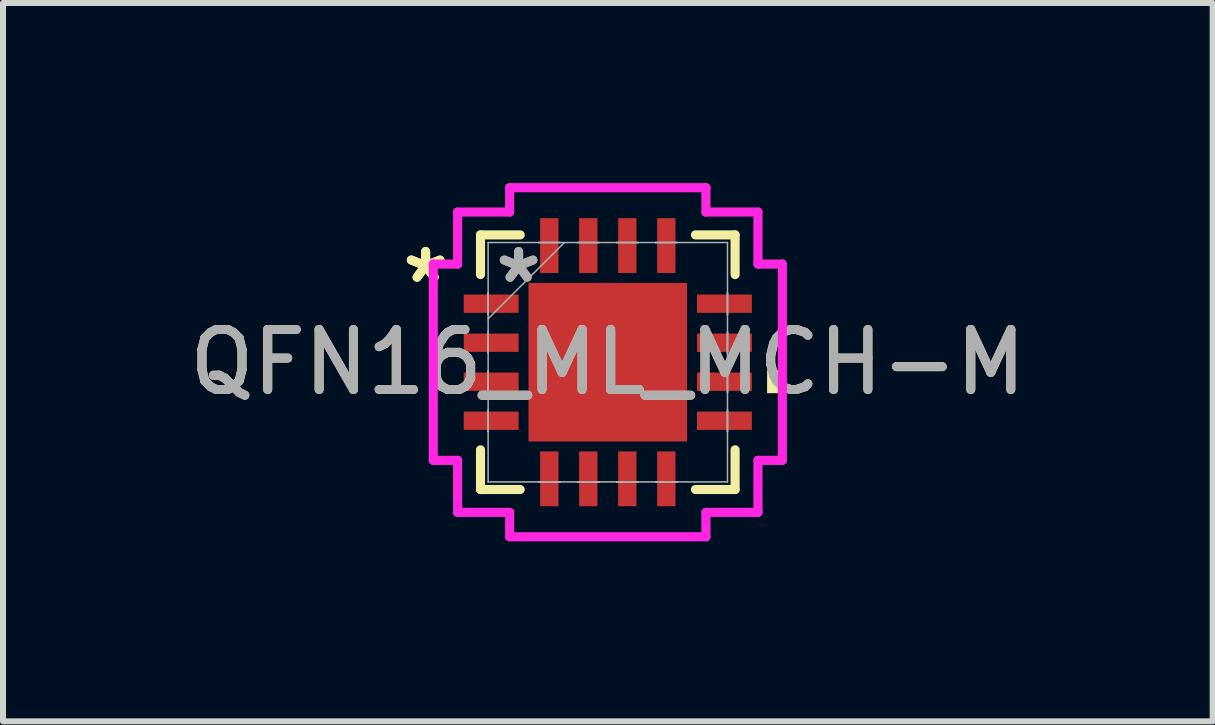
<source format=kicad_pcb>
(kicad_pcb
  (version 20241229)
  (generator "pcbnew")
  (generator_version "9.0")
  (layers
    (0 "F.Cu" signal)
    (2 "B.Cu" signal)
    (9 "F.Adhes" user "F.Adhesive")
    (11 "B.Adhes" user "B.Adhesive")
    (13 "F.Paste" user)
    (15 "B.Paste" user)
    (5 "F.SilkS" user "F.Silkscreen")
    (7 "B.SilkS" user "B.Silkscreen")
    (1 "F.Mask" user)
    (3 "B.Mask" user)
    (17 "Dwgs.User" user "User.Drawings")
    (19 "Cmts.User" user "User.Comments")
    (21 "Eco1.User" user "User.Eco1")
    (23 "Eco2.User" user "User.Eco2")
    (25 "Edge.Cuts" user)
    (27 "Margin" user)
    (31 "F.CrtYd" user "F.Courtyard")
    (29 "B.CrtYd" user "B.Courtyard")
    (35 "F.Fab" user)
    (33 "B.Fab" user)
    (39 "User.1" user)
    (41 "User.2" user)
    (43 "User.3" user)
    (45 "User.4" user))
  (footprint "QFN16_ML_MCH-M"
    (layer "F.Cu")
    (at 7.077 2.985)
    (property "Reference" "QFN16_ML_MCH-M" (at 0 0 0) (unlocked yes) (layer "F.SilkS") (effects (font (size 1 1) (thickness 0.15))))
    (attr smd)
    (fp_line (start -2.121 -2.121) (end -2.121 -1.46) (stroke (width 0.152) (type solid)) (layer "F.SilkS"))
    (fp_line (start -2.121 1.46) (end -2.121 2.121) (stroke (width 0.152) (type solid)) (layer "F.SilkS"))
    (fp_line (start -2.121 2.121) (end -1.46 2.121) (stroke (width 0.152) (type solid)) (layer "F.SilkS"))
    (fp_line (start -1.46 -2.121) (end -2.121 -2.121) (stroke (width 0.152) (type solid)) (layer "F.SilkS"))
    (fp_line (start 1.46 2.121) (end 2.121 2.121) (stroke (width 0.152) (type solid)) (layer "F.SilkS"))
    (fp_line (start 2.121 -2.121) (end 1.46 -2.121) (stroke (width 0.152) (type solid)) (layer "F.SilkS"))
    (fp_line (start 2.121 -1.46) (end 2.121 -2.121) (stroke (width 0.152) (type solid)) (layer "F.SilkS"))
    (fp_line (start 2.121 2.121) (end 2.121 1.46) (stroke (width 0.152) (type solid)) (layer "F.SilkS"))
    (fp_poly (pts (xy 2.908 0.135) (xy 2.908 0.516) (xy 2.654 0.516) (xy 2.654 0.135)) (stroke (width 0) (type solid)) (fill yes) (layer "F.SilkS"))
    (fp_poly (pts (xy -1.221 -1.221) (xy -1.221 -0.1) (xy -0.1 -0.1) (xy -0.1 -1.221)) (stroke (width 0) (type solid)) (fill yes) (layer "F.Paste"))
    (fp_poly (pts (xy -1.221 0.1) (xy -1.221 1.221) (xy -0.1 1.221) (xy -0.1 0.1)) (stroke (width 0) (type solid)) (fill yes) (layer "F.Paste"))
    (fp_poly (pts (xy 0.1 -1.221) (xy 0.1 -0.1) (xy 1.221 -0.1) (xy 1.221 -1.221)) (stroke (width 0) (type solid)) (fill yes) (layer "F.Paste"))
    (fp_poly (pts (xy 0.1 0.1) (xy 0.1 1.221) (xy 1.221 1.221) (xy 1.221 0.1)) (stroke (width 0) (type solid)) (fill yes) (layer "F.Paste"))
    (fp_line (start -2.908 -1.635) (end -2.502 -1.635) (stroke (width 0.152) (type solid)) (layer "F.CrtYd"))
    (fp_line (start -2.908 1.635) (end -2.908 -1.635) (stroke (width 0.152) (type solid)) (layer "F.CrtYd"))
    (fp_line (start -2.502 -2.502) (end -1.635 -2.502) (stroke (width 0.152) (type solid)) (layer "F.CrtYd"))
    (fp_line (start -2.502 -1.635) (end -2.502 -2.502) (stroke (width 0.152) (type solid)) (layer "F.CrtYd"))
    (fp_line (start -2.502 1.635) (end -2.908 1.635) (stroke (width 0.152) (type solid)) (layer "F.CrtYd"))
    (fp_line (start -2.502 2.502) (end -2.502 1.635) (stroke (width 0.152) (type solid)) (layer "F.CrtYd"))
    (fp_line (start -1.635 -2.908) (end 1.635 -2.908) (stroke (width 0.152) (type solid)) (layer "F.CrtYd"))
    (fp_line (start -1.635 -2.502) (end -1.635 -2.908) (stroke (width 0.152) (type solid)) (layer "F.CrtYd"))
    (fp_line (start -1.635 2.502) (end -2.502 2.502) (stroke (width 0.152) (type solid)) (layer "F.CrtYd"))
    (fp_line (start -1.635 2.908) (end -1.635 2.502) (stroke (width 0.152) (type solid)) (layer "F.CrtYd"))
    (fp_line (start 1.635 -2.908) (end 1.635 -2.502) (stroke (width 0.152) (type solid)) (layer "F.CrtYd"))
    (fp_line (start 1.635 -2.502) (end 2.502 -2.502) (stroke (width 0.152) (type solid)) (layer "F.CrtYd"))
    (fp_line (start 1.635 2.502) (end 1.635 2.908) (stroke (width 0.152) (type solid)) (layer "F.CrtYd"))
    (fp_line (start 1.635 2.908) (end -1.635 2.908) (stroke (width 0.152) (type solid)) (layer "F.CrtYd"))
    (fp_line (start 2.502 -2.502) (end 2.502 -1.635) (stroke (width 0.152) (type solid)) (layer "F.CrtYd"))
    (fp_line (start 2.502 -1.635) (end 2.908 -1.635) (stroke (width 0.152) (type solid)) (layer "F.CrtYd"))
    (fp_line (start 2.502 1.635) (end 2.502 2.502) (stroke (width 0.152) (type solid)) (layer "F.CrtYd"))
    (fp_line (start 2.502 2.502) (end 1.635 2.502) (stroke (width 0.152) (type solid)) (layer "F.CrtYd"))
    (fp_line (start 2.908 -1.635) (end 2.908 1.635) (stroke (width 0.152) (type solid)) (layer "F.CrtYd"))
    (fp_line (start 2.908 1.635) (end 2.502 1.635) (stroke (width 0.152) (type solid)) (layer "F.CrtYd"))
    (fp_line (start -1.994 -1.994) (end -1.994 -1.994) (stroke (width 0.025) (type solid)) (layer "F.Fab"))
    (fp_line (start -1.994 -1.994) (end -1.994 1.994) (stroke (width 0.025) (type solid)) (layer "F.Fab"))
    (fp_line (start -1.994 -1.153) (end -1.994 -1.153) (stroke (width 0.025) (type solid)) (layer "F.Fab"))
    (fp_line (start -1.994 -1.153) (end -1.994 -0.797) (stroke (width 0.025) (type solid)) (layer "F.Fab"))
    (fp_line (start -1.994 -0.797) (end -1.994 -1.153) (stroke (width 0.025) (type solid)) (layer "F.Fab"))
    (fp_line (start -1.994 -0.797) (end -1.994 -0.797) (stroke (width 0.025) (type solid)) (layer "F.Fab"))
    (fp_line (start -1.994 -0.724) (end -0.724 -1.994) (stroke (width 0.025) (type solid)) (layer "F.Fab"))
    (fp_line (start -1.994 -0.503) (end -1.994 -0.503) (stroke (width 0.025) (type solid)) (layer "F.Fab"))
    (fp_line (start -1.994 -0.503) (end -1.994 -0.147) (stroke (width 0.025) (type solid)) (layer "F.Fab"))
    (fp_line (start -1.994 -0.147) (end -1.994 -0.503) (stroke (width 0.025) (type solid)) (layer "F.Fab"))
    (fp_line (start -1.994 -0.147) (end -1.994 -0.147) (stroke (width 0.025) (type solid)) (layer "F.Fab"))
    (fp_line (start -1.994 0.147) (end -1.994 0.147) (stroke (width 0.025) (type solid)) (layer "F.Fab"))
    (fp_line (start -1.994 0.147) (end -1.994 0.503) (stroke (width 0.025) (type solid)) (layer "F.Fab"))
    (fp_line (start -1.994 0.503) (end -1.994 0.147) (stroke (width 0.025) (type solid)) (layer "F.Fab"))
    (fp_line (start -1.994 0.503) (end -1.994 0.503) (stroke (width 0.025) (type solid)) (layer "F.Fab"))
    (fp_line (start -1.994 0.797) (end -1.994 0.797) (stroke (width 0.025) (type solid)) (layer "F.Fab"))
    (fp_line (start -1.994 0.797) (end -1.994 1.153) (stroke (width 0.025) (type solid)) (layer "F.Fab"))
    (fp_line (start -1.994 1.153) (end -1.994 0.797) (stroke (width 0.025) (type solid)) (layer "F.Fab"))
    (fp_line (start -1.994 1.153) (end -1.994 1.153) (stroke (width 0.025) (type solid)) (layer "F.Fab"))
    (fp_line (start -1.994 1.994) (end -1.994 1.994) (stroke (width 0.025) (type solid)) (layer "F.Fab"))
    (fp_line (start -1.994 1.994) (end 1.994 1.994) (stroke (width 0.025) (type solid)) (layer "F.Fab"))
    (fp_line (start -1.153 -1.994) (end -1.153 -1.994) (stroke (width 0.025) (type solid)) (layer "F.Fab"))
    (fp_line (start -1.153 -1.994) (end -0.797 -1.994) (stroke (width 0.025) (type solid)) (layer "F.Fab"))
    (fp_line (start -1.153 1.994) (end -1.153 1.994) (stroke (width 0.025) (type solid)) (layer "F.Fab"))
    (fp_line (start -1.153 1.994) (end -0.797 1.994) (stroke (width 0.025) (type solid)) (layer "F.Fab"))
    (fp_line (start -0.797 -1.994) (end -1.153 -1.994) (stroke (width 0.025) (type solid)) (layer "F.Fab"))
    (fp_line (start -0.797 -1.994) (end -0.797 -1.994) (stroke (width 0.025) (type solid)) (layer "F.Fab"))
    (fp_line (start -0.797 1.994) (end -1.153 1.994) (stroke (width 0.025) (type solid)) (layer "F.Fab"))
    (fp_line (start -0.797 1.994) (end -0.797 1.994) (stroke (width 0.025) (type solid)) (layer "F.Fab"))
    (fp_line (start -0.503 -1.994) (end -0.503 -1.994) (stroke (width 0.025) (type solid)) (layer "F.Fab"))
    (fp_line (start -0.503 -1.994) (end -0.147 -1.994) (stroke (width 0.025) (type solid)) (layer "F.Fab"))
    (fp_line (start -0.503 1.994) (end -0.503 1.994) (stroke (width 0.025) (type solid)) (layer "F.Fab"))
    (fp_line (start -0.503 1.994) (end -0.147 1.994) (stroke (width 0.025) (type solid)) (layer "F.Fab"))
    (fp_line (start -0.147 -1.994) (end -0.503 -1.994) (stroke (width 0.025) (type solid)) (layer "F.Fab"))
    (fp_line (start -0.147 -1.994) (end -0.147 -1.994) (stroke (width 0.025) (type solid)) (layer "F.Fab"))
    (fp_line (start -0.147 1.994) (end -0.503 1.994) (stroke (width 0.025) (type solid)) (layer "F.Fab"))
    (fp_line (start -0.147 1.994) (end -0.147 1.994) (stroke (width 0.025) (type solid)) (layer "F.Fab"))
    (fp_line (start 0.147 -1.994) (end 0.147 -1.994) (stroke (width 0.025) (type solid)) (layer "F.Fab"))
    (fp_line (start 0.147 -1.994) (end 0.503 -1.994) (stroke (width 0.025) (type solid)) (layer "F.Fab"))
    (fp_line (start 0.147 1.994) (end 0.147 1.994) (stroke (width 0.025) (type solid)) (layer "F.Fab"))
    (fp_line (start 0.147 1.994) (end 0.503 1.994) (stroke (width 0.025) (type solid)) (layer "F.Fab"))
    (fp_line (start 0.503 -1.994) (end 0.147 -1.994) (stroke (width 0.025) (type solid)) (layer "F.Fab"))
    (fp_line (start 0.503 -1.994) (end 0.503 -1.994) (stroke (width 0.025) (type solid)) (layer "F.Fab"))
    (fp_line (start 0.503 1.994) (end 0.147 1.994) (stroke (width 0.025) (type solid)) (layer "F.Fab"))
    (fp_line (start 0.503 1.994) (end 0.503 1.994) (stroke (width 0.025) (type solid)) (layer "F.Fab"))
    (fp_line (start 0.797 -1.994) (end 0.797 -1.994) (stroke (width 0.025) (type solid)) (layer "F.Fab"))
    (fp_line (start 0.797 -1.994) (end 1.153 -1.994) (stroke (width 0.025) (type solid)) (layer "F.Fab"))
    (fp_line (start 0.797 1.994) (end 0.797 1.994) (stroke (width 0.025) (type solid)) (layer "F.Fab"))
    (fp_line (start 0.797 1.994) (end 1.153 1.994) (stroke (width 0.025) (type solid)) (layer "F.Fab"))
    (fp_line (start 1.153 -1.994) (end 0.797 -1.994) (stroke (width 0.025) (type solid)) (layer "F.Fab"))
    (fp_line (start 1.153 -1.994) (end 1.153 -1.994) (stroke (width 0.025) (type solid)) (layer "F.Fab"))
    (fp_line (start 1.153 1.994) (end 0.797 1.994) (stroke (width 0.025) (type solid)) (layer "F.Fab"))
    (fp_line (start 1.153 1.994) (end 1.153 1.994) (stroke (width 0.025) (type solid)) (layer "F.Fab"))
    (fp_line (start 1.994 -1.994) (end -1.994 -1.994) (stroke (width 0.025) (type solid)) (layer "F.Fab"))
    (fp_line (start 1.994 -1.994) (end 1.994 -1.994) (stroke (width 0.025) (type solid)) (layer "F.Fab"))
    (fp_line (start 1.994 -1.153) (end 1.994 -1.153) (stroke (width 0.025) (type solid)) (layer "F.Fab"))
    (fp_line (start 1.994 -1.153) (end 1.994 -0.797) (stroke (width 0.025) (type solid)) (layer "F.Fab"))
    (fp_line (start 1.994 -0.797) (end 1.994 -1.153) (stroke (width 0.025) (type solid)) (layer "F.Fab"))
    (fp_line (start 1.994 -0.797) (end 1.994 -0.797) (stroke (width 0.025) (type solid)) (layer "F.Fab"))
    (fp_line (start 1.994 -0.503) (end 1.994 -0.503) (stroke (width 0.025) (type solid)) (layer "F.Fab"))
    (fp_line (start 1.994 -0.503) (end 1.994 -0.147) (stroke (width 0.025) (type solid)) (layer "F.Fab"))
    (fp_line (start 1.994 -0.147) (end 1.994 -0.503) (stroke (width 0.025) (type solid)) (layer "F.Fab"))
    (fp_line (start 1.994 -0.147) (end 1.994 -0.147) (stroke (width 0.025) (type solid)) (layer "F.Fab"))
    (fp_line (start 1.994 0.147) (end 1.994 0.147) (stroke (width 0.025) (type solid)) (layer "F.Fab"))
    (fp_line (start 1.994 0.147) (end 1.994 0.503) (stroke (width 0.025) (type solid)) (layer "F.Fab"))
    (fp_line (start 1.994 0.503) (end 1.994 0.147) (stroke (width 0.025) (type solid)) (layer "F.Fab"))
    (fp_line (start 1.994 0.503) (end 1.994 0.503) (stroke (width 0.025) (type solid)) (layer "F.Fab"))
    (fp_line (start 1.994 0.797) (end 1.994 0.797) (stroke (width 0.025) (type solid)) (layer "F.Fab"))
    (fp_line (start 1.994 0.797) (end 1.994 1.153) (stroke (width 0.025) (type solid)) (layer "F.Fab"))
    (fp_line (start 1.994 1.153) (end 1.994 0.797) (stroke (width 0.025) (type solid)) (layer "F.Fab"))
    (fp_line (start 1.994 1.153) (end 1.994 1.153) (stroke (width 0.025) (type solid)) (layer "F.Fab"))
    (fp_line (start 1.994 1.994) (end 1.994 -1.994) (stroke (width 0.025) (type solid)) (layer "F.Fab"))
    (fp_line (start 1.994 1.994) (end 1.994 1.994) (stroke (width 0.025) (type solid)) (layer "F.Fab"))
    (fp_text user "*" (at -3.035 -1.3 0) (layer "F.SilkS") (effects (font (size 1 1) (thickness 0.15))))
    (fp_text user "*" (at -3.035 -1.3 0) (unlocked yes) (layer "F.SilkS") (effects (font (size 1 1) (thickness 0.15))))
    (fp_text user "*" (at -1.486 -1.3 0) (layer "F.Fab") (effects (font (size 1 1) (thickness 0.15))))
    (fp_text user "*" (at -1.486 -1.3 0) (unlocked yes) (layer "F.Fab") (effects (font (size 1 1) (thickness 0.15))))
    (fp_text user "${REFERENCE}" (at 0 0 0) (unlocked yes) (layer "F.Fab") (effects (font (size 1 1) (thickness 0.15))))
    (pad "1" smd rect (at -1.943 -0.975 90) (size 0.305 0.914) (layers "F.Cu" "F.Mask" "F.Paste"))
    (pad "2" smd rect (at -1.943 -0.325 90) (size 0.305 0.914) (layers "F.Cu" "F.Mask" "F.Paste"))
    (pad "3" smd rect (at -1.943 0.325 90) (size 0.305 0.914) (layers "F.Cu" "F.Mask" "F.Paste"))
    (pad "4" smd rect (at -1.943 0.975 90) (size 0.305 0.914) (layers "F.Cu" "F.Mask" "F.Paste"))
    (pad "5" smd rect (at -0.975 1.943) (size 0.305 0.914) (layers "F.Cu" "F.Mask" "F.Paste"))
    (pad "6" smd rect (at -0.325 1.943) (size 0.305 0.914) (layers "F.Cu" "F.Mask" "F.Paste"))
    (pad "7" smd rect (at 0.325 1.943) (size 0.305 0.914) (layers "F.Cu" "F.Mask" "F.Paste"))
    (pad "8" smd rect (at 0.975 1.943) (size 0.305 0.914) (layers "F.Cu" "F.Mask" "F.Paste"))
    (pad "9" smd rect (at 1.943 0.975 90) (size 0.305 0.914) (layers "F.Cu" "F.Mask" "F.Paste"))
    (pad "10" smd rect (at 1.943 0.325 90) (size 0.305 0.914) (layers "F.Cu" "F.Mask" "F.Paste"))
    (pad "11" smd rect (at 1.943 -0.325 90) (size 0.305 0.914) (layers "F.Cu" "F.Mask" "F.Paste"))
    (pad "12" smd rect (at 1.943 -0.975 90) (size 0.305 0.914) (layers "F.Cu" "F.Mask" "F.Paste"))
    (pad "13" smd rect (at 0.975 -1.943) (size 0.305 0.914) (layers "F.Cu" "F.Mask" "F.Paste"))
    (pad "14" smd rect (at 0.325 -1.943) (size 0.305 0.914) (layers "F.Cu" "F.Mask" "F.Paste"))
    (pad "15" smd rect (at -0.325 -1.943) (size 0.305 0.914) (layers "F.Cu" "F.Mask" "F.Paste"))
    (pad "16" smd rect (at -0.975 -1.943) (size 0.305 0.914) (layers "F.Cu" "F.Mask" "F.Paste"))
    (pad "17" smd rect (at 0 0) (size 2.642 2.642) (layers "F.Cu" "F.Mask" "F.Paste")))
  (gr_rect
    (start -3 -3)
    (end 17.155 8.969)
    (stroke (width 0.1) (type default))
    (fill no)
    (layer "Edge.Cuts")))
</source>
